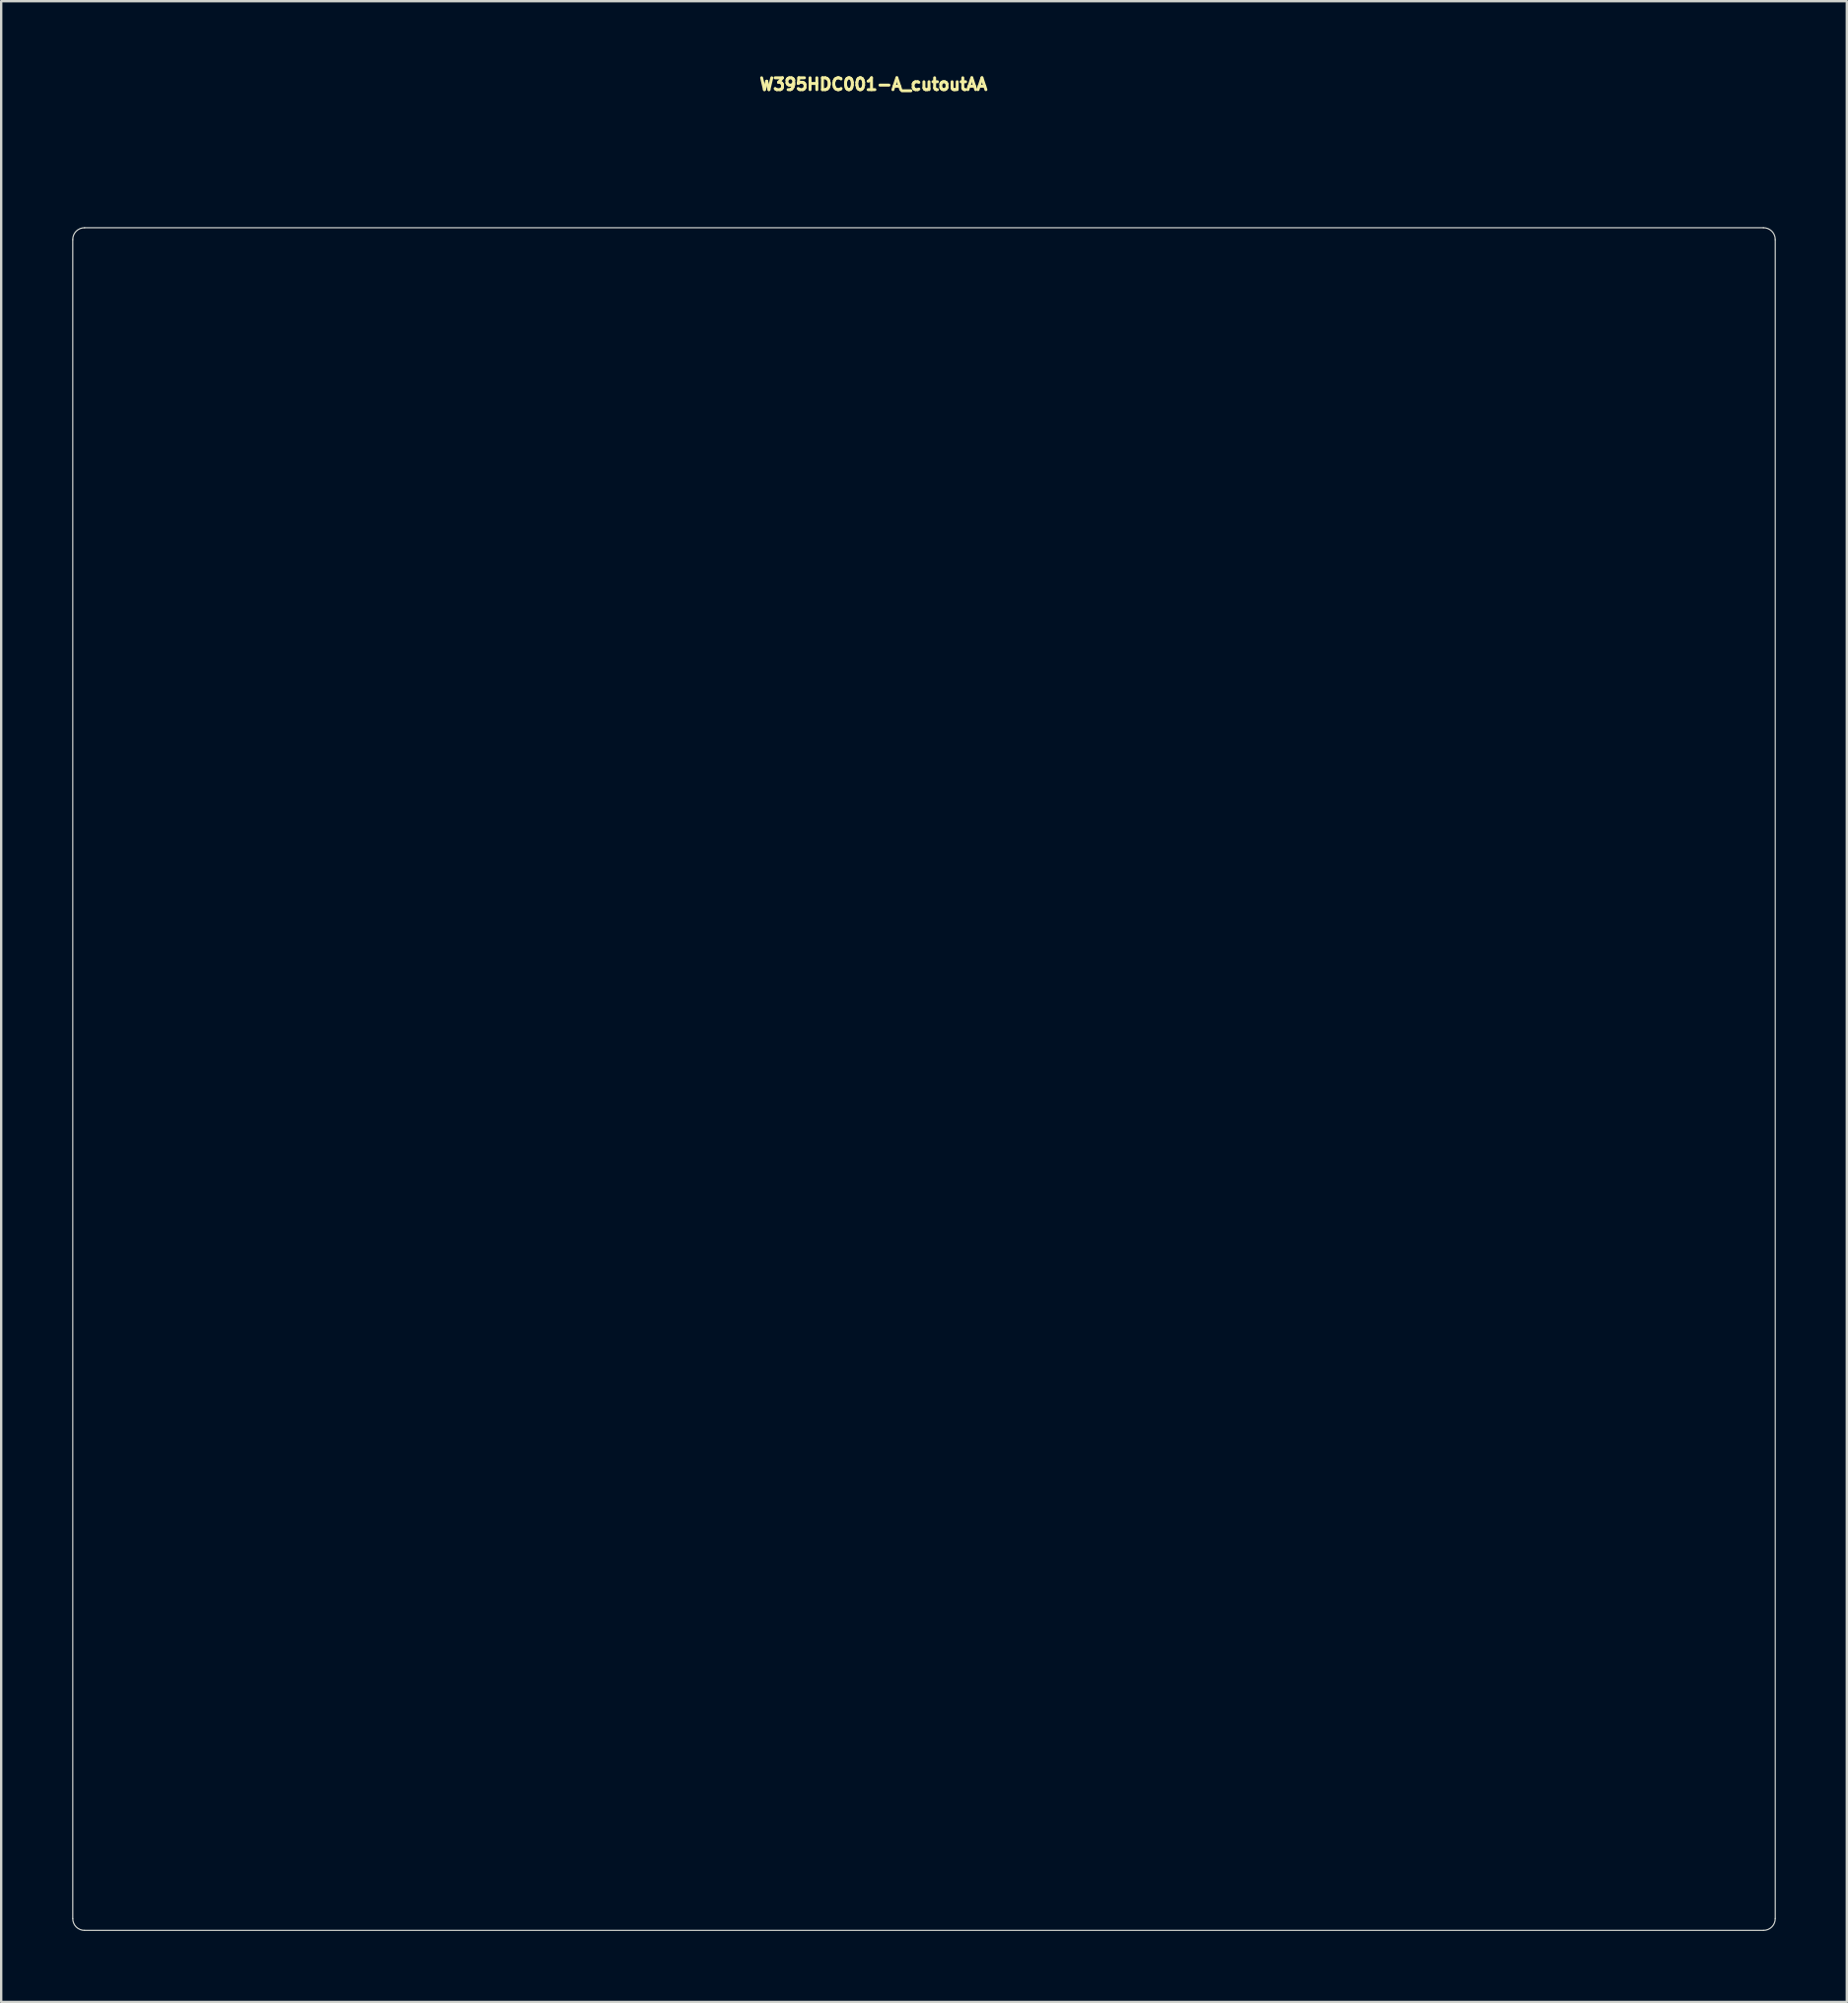
<source format=kicad_pcb>
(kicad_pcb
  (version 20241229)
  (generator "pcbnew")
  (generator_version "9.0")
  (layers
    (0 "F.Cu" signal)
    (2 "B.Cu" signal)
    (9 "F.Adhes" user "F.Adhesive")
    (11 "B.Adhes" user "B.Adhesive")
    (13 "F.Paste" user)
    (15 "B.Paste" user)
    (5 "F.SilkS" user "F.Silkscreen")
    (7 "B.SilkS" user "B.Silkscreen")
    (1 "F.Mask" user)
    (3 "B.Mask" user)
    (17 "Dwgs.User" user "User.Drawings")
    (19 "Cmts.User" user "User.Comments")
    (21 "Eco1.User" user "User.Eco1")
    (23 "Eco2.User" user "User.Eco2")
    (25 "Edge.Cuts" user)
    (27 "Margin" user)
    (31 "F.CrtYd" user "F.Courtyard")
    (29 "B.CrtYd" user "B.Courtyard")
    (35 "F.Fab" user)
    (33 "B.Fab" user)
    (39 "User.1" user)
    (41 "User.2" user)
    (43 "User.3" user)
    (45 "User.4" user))
  (footprint "W395HDC001-A_cutoutAA"
    (layer "F.Cu")
    (at 35.99 42.537)
    (property "Reference" "W395HDC001-A_cutoutAA" (at -2.135 -42.025 0) (unlocked yes) (layer "F.SilkS") (effects (font (size 0.5 0.5) (thickness 0.125))))
    (attr board_only exclude_from_pos_files exclude_from_bom allow_missing_courtyard)
    (fp_line (start -35.965 -35.465) (end -35.965 35.465) (stroke (width 0.05) (type solid)) (layer "Edge.Cuts"))
    (fp_line (start -35.465 -35.965) (end 35.465 -35.965) (stroke (width 0.05) (type solid)) (layer "Edge.Cuts"))
    (fp_line (start -35.465 35.965) (end 35.465 35.965) (stroke (width 0.05) (type solid)) (layer "Edge.Cuts"))
    (fp_line (start 35.965 -35.465) (end 35.965 35.465) (stroke (width 0.05) (type solid)) (layer "Edge.Cuts"))
    (fp_arc (start -35.965 -35.465) (mid -35.820036 -35.820036) (end -35.465 -35.965) (stroke (width 0.05) (type default)) (layer "Edge.Cuts"))
    (fp_arc (start -35.465 35.965) (mid -35.820036 35.820036) (end -35.965 35.465) (stroke (width 0.05) (type default)) (layer "Edge.Cuts"))
    (fp_arc (start 35.465 -35.965) (mid 35.820036 -35.820036) (end 35.965 -35.465) (stroke (width 0.05) (type default)) (layer "Edge.Cuts"))
    (fp_arc (start 35.965 35.465) (mid 35.820036 35.820036) (end 35.465 35.965) (stroke (width 0.05) (type default)) (layer "Edge.Cuts")))
  (gr_rect
    (start -3 -3)
    (end 74.98 81.527)
    (stroke (width 0.1) (type default))
    (fill no)
    (layer "Edge.Cuts")))
</source>
